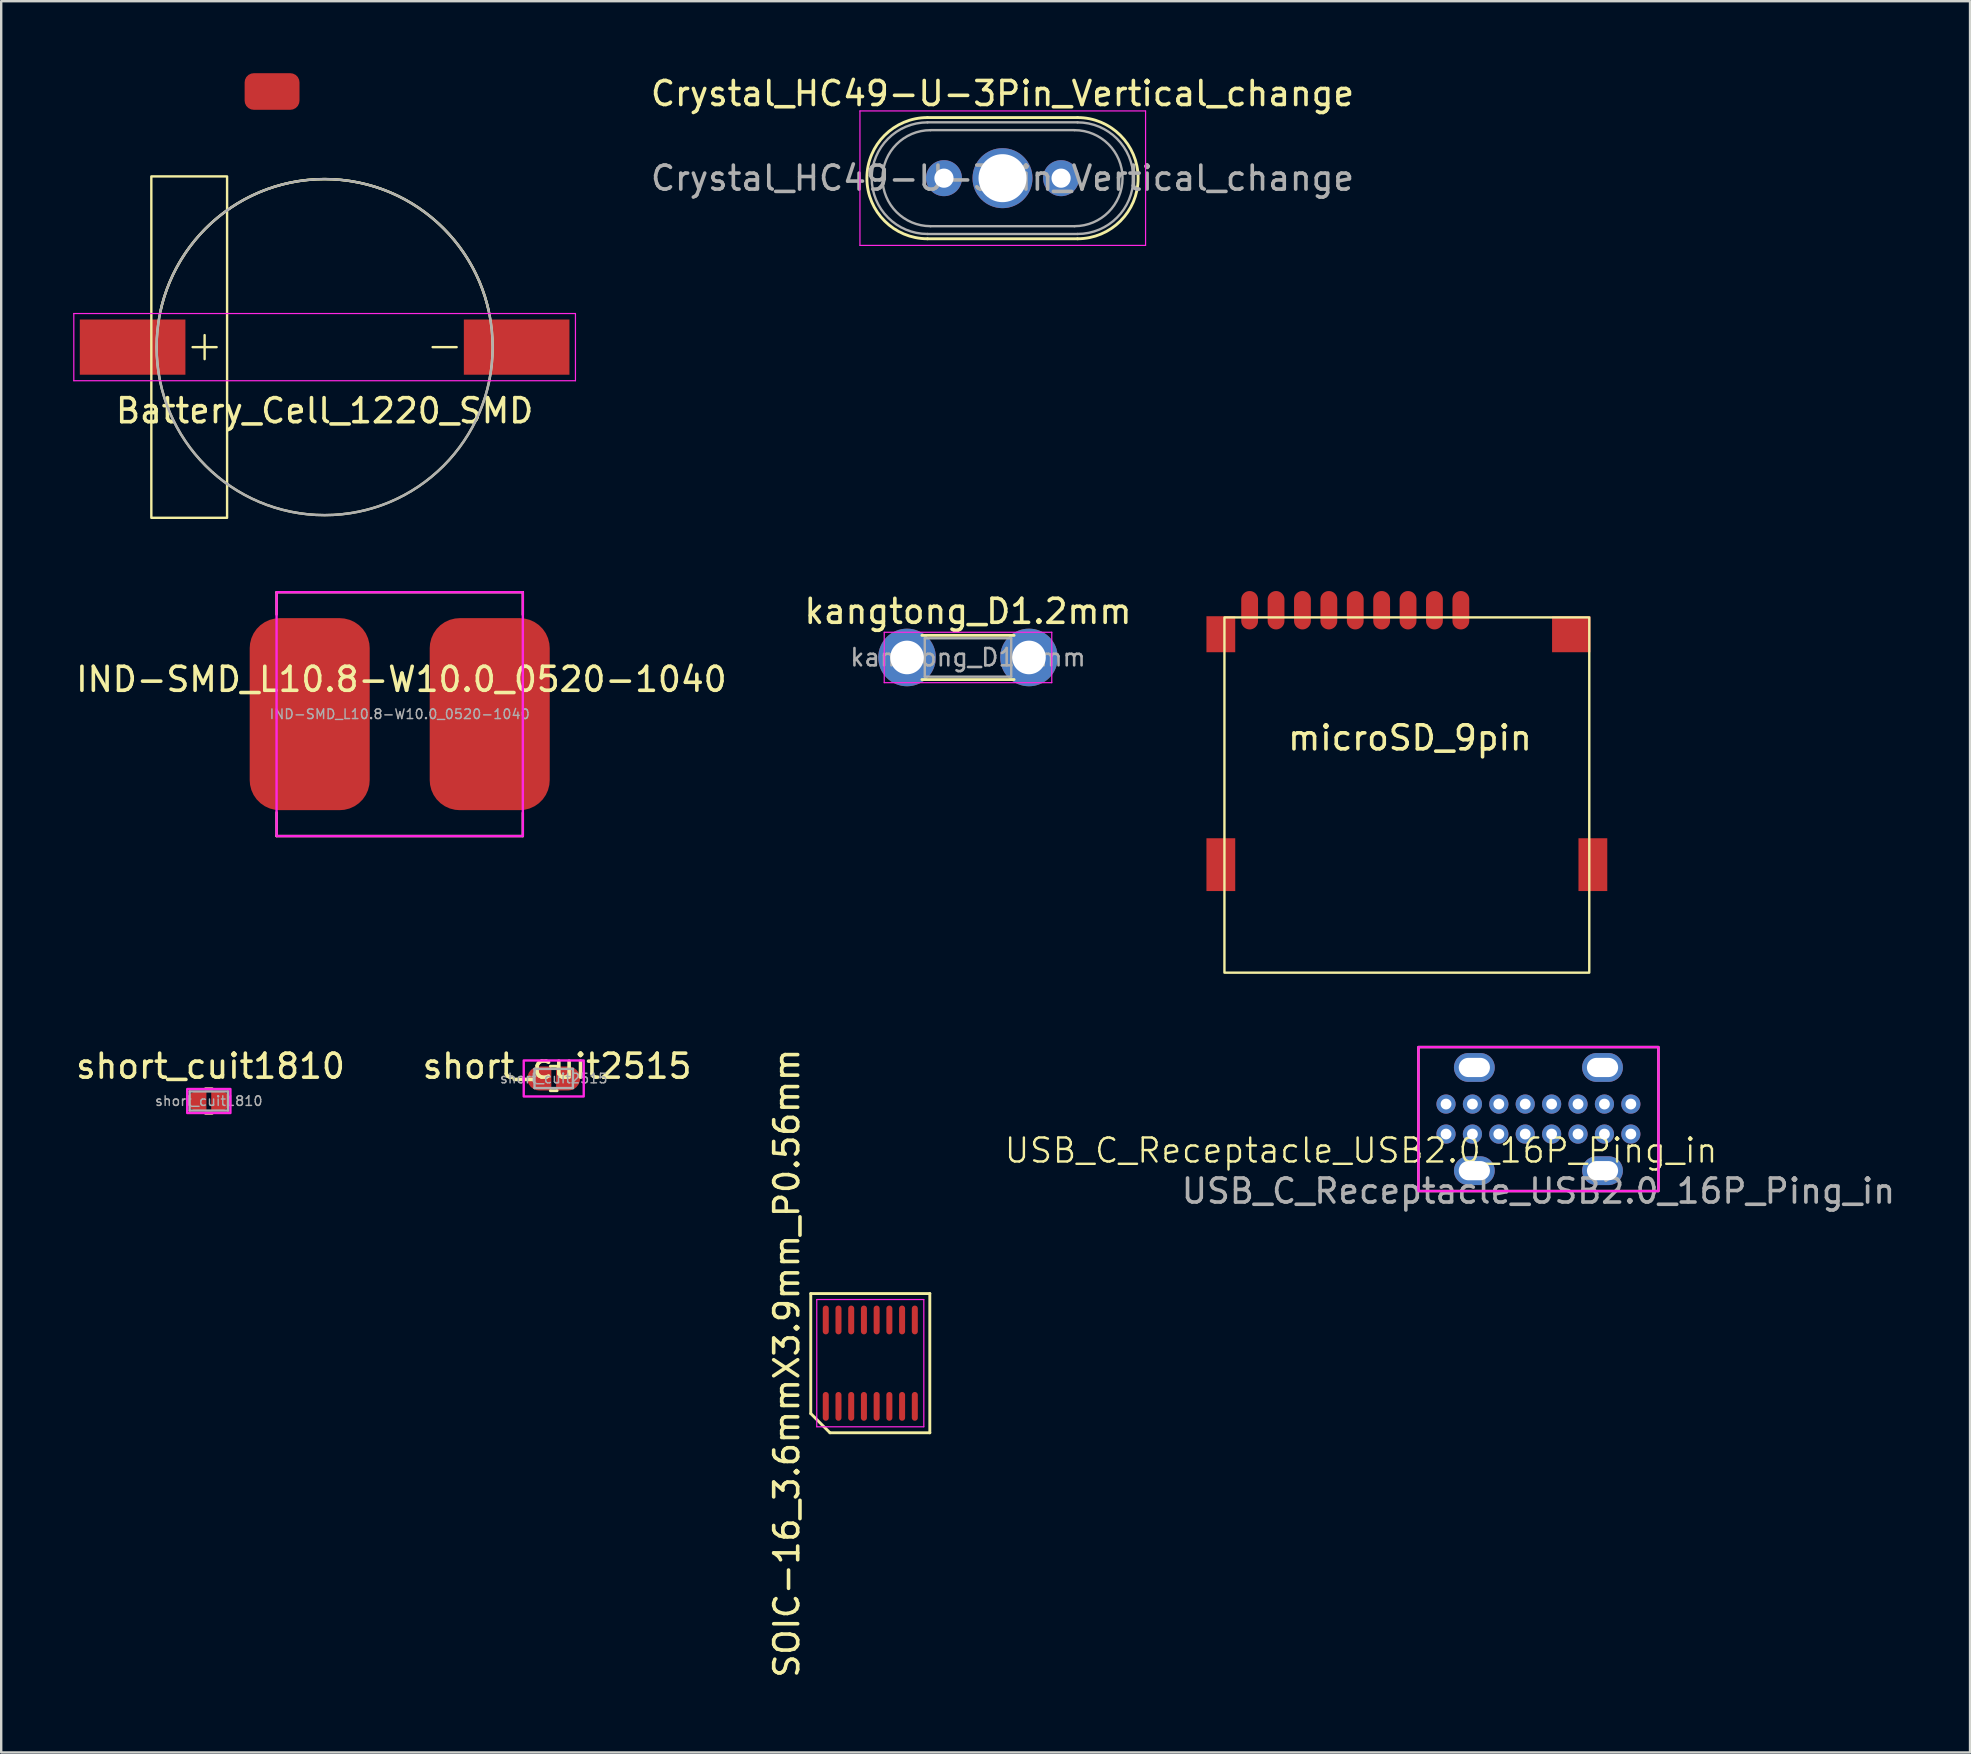
<source format=kicad_pcb>
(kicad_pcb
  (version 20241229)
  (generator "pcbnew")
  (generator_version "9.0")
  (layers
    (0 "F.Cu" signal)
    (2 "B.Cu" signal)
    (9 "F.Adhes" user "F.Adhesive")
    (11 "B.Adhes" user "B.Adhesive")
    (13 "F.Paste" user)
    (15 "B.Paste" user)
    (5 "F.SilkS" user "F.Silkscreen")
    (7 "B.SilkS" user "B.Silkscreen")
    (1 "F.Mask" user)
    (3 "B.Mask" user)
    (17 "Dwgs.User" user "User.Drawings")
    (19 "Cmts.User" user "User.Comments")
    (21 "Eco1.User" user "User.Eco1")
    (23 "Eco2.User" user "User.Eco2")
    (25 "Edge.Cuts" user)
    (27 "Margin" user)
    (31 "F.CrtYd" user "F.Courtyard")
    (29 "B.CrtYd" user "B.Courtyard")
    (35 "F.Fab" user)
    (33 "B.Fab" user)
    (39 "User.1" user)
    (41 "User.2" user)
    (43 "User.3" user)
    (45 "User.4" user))
  (footprint "USB_C_Receptacle_USB2.0_16P_Ping_in"
    (layer "F.Cu")
    (at 61.046 43.574)
    (property "Reference" "USB_C_Receptacle_USB2.0_16P_Ping_in" (at -7.39 1.31 0) (unlocked yes) (layer "F.SilkS") (effects (font (size 1 1) (thickness 0.1))))
    (attr through_hole)
    (fp_rect (start -5 -3) (end 5 3) (stroke (width 0.1) (type default)) (fill no) (layer "F.SilkS"))
    (fp_rect (start -5 -3) (end 5 3) (stroke (width 0.1) (type default)) (fill no) (layer "F.CrtYd"))
    (fp_text user "${REFERENCE}" (at 0 3 0) (unlocked yes) (layer "F.Fab") (effects (font (size 1 1) (thickness 0.15))))
    (pad "A1" thru_hole circle (at -3.85 -0.625) (size 0.8 0.8) (drill 0.45) (layers "*.Cu" "*.Mask"))
    (pad "A4" thru_hole circle (at -2.75 -0.625) (size 0.8 0.8) (drill 0.45) (layers "*.Cu" "*.Mask"))
    (pad "A5" thru_hole circle (at -1.65 -0.625) (size 0.8 0.8) (drill 0.45) (layers "*.Cu" "*.Mask"))
    (pad "A6" thru_hole circle (at -0.55 -0.625) (size 0.8 0.8) (drill 0.45) (layers "*.Cu" "*.Mask"))
    (pad "A7" thru_hole circle (at 0.55 -0.625) (size 0.8 0.8) (drill 0.45) (layers "*.Cu" "*.Mask"))
    (pad "A8" thru_hole circle (at 1.65 -0.625) (size 0.8 0.8) (drill 0.45) (layers "*.Cu" "*.Mask"))
    (pad "A9" thru_hole circle (at 2.75 -0.625) (size 0.8 0.8) (drill 0.45) (layers "*.Cu" "*.Mask"))
    (pad "A12" thru_hole circle (at 3.85 -0.625) (size 0.8 0.8) (drill 0.45) (layers "*.Cu" "*.Mask"))
    (pad "B1" thru_hole circle (at 3.85 0.625) (size 0.8 0.8) (drill 0.45) (layers "*.Cu" "*.Mask"))
    (pad "B4" thru_hole circle (at 2.75 0.625) (size 0.8 0.8) (drill 0.45) (layers "*.Cu" "*.Mask"))
    (pad "B5" thru_hole circle (at 1.65 0.625) (size 0.8 0.8) (drill 0.45) (layers "*.Cu" "*.Mask"))
    (pad "B6" thru_hole circle (at 0.55 0.625) (size 0.8 0.8) (drill 0.45) (layers "*.Cu" "*.Mask"))
    (pad "B7" thru_hole circle (at -0.55 0.625) (size 0.8 0.8) (drill 0.45) (layers "*.Cu" "*.Mask"))
    (pad "B8" thru_hole circle (at -1.65 0.625) (size 0.8 0.8) (drill 0.45) (layers "*.Cu" "*.Mask"))
    (pad "B9" thru_hole circle (at -2.75 0.625) (size 0.8 0.8) (drill 0.45) (layers "*.Cu" "*.Mask"))
    (pad "B12" thru_hole circle (at -3.85 0.625) (size 0.8 0.8) (drill 0.45) (layers "*.Cu" "*.Mask"))
    (pad "S1" thru_hole oval (at -2.67 -2.15) (size 1.7 1.2) (drill oval 1.3 0.8) (layers "*.Cu" "*.Mask"))
    (pad "S1" thru_hole oval (at -2.67 2.15) (size 1.7 1.2) (drill oval 1.3 0.8) (layers "*.Cu" "*.Mask"))
    (pad "S1" thru_hole oval (at 2.67 -2.15) (size 1.7 1.2) (drill oval 1.3 0.8) (layers "*.Cu" "*.Mask"))
    (pad "S1" thru_hole oval (at 2.67 2.15) (size 1.7 1.2) (drill oval 1.3 0.8) (layers "*.Cu" "*.Mask"))
    (zone (net_name "") (layers "F.Cu" "B.Cu") (hatch edge 0.5) (connect_pads) (min_thickness 0.25) (filled_areas_thickness no) (keepout (tracks allowed) (vias allowed) (pads allowed) (copperpour not_allowed) (footprints allowed)) (placement (enabled no)) (fill) (polygon (pts (xy 57.896 42.564) (xy 57.896 44.564) (xy 64.206 44.584) (xy 64.206 42.584)))))
  (footprint "IND-SMD_L10.8-W10.0_0520-1040"
    (layer "F.Cu")
    (at 13.603 26.704)
    (property "Reference" "IND-SMD_L10.8-W10.0_0520-1040" (at 0.07 -1.45 0) (layer "F.SilkS") (effects (font (size 1 1) (thickness 0.15))))
    (attr smd)
    (fp_line (start -5.13 -5.08) (end -5.13 -4.15) (stroke (width 0.1) (type default)) (layer "F.SilkS"))
    (fp_line (start -5.13 -5.08) (end 5.13 -5.08) (stroke (width 0.1) (type default)) (layer "F.SilkS"))
    (fp_line (start -5.13 5.08) (end -5.13 4.09) (stroke (width 0.1) (type default)) (layer "F.SilkS"))
    (fp_line (start -5.13 5.08) (end 5.13 5.08) (stroke (width 0.1) (type default)) (layer "F.SilkS"))
    (fp_line (start 5.13 -5.08) (end 5.13 -4.14) (stroke (width 0.1) (type default)) (layer "F.SilkS"))
    (fp_line (start 5.13 5.08) (end 5.13 4.11) (stroke (width 0.1) (type default)) (layer "F.SilkS"))
    (fp_rect (start -5.13 -5.08) (end 5.13 5.08) (stroke (width 0.1) (type default)) (fill no) (layer "F.CrtYd"))
    (fp_text user "${REFERENCE}" (at 0 0 0) (layer "F.Fab") (effects (font (size 0.4 0.4) (thickness 0.06))))
    (pad "1" smd roundrect (at -3.75 0) (size 5 8) (layers "F.Cu" "F.Mask" "F.Paste") (roundrect_rratio 0.25))
    (pad "2" smd roundrect (at 3.75 0) (size 5 8) (layers "F.Cu" "F.Mask" "F.Paste") (roundrect_rratio 0.25)))
  (footprint "microSD_9pin"
    (layer "F.Cu")
    (at 55.564 27.674)
    (property "Reference" "microSD_9pin" (at 0.13 0.02 0) (layer "F.SilkS") (effects (font (size 1 1) (thickness 0.15))))
    (attr smd)
    (fp_rect (start -7.6 -5) (end 7.6 9.8) (stroke (width 0.1) (type default)) (fill no) (layer "F.SilkS"))
    (pad "1" smd oval (at 2.25 -5.3 180) (size 0.7 1.6) (layers "F.Cu" "F.Mask" "F.Paste"))
    (pad "2" smd oval (at 1.15 -5.3 180) (size 0.7 1.6) (layers "F.Cu" "F.Mask" "F.Paste"))
    (pad "3" smd oval (at 0.05 -5.3 180) (size 0.7 1.6) (layers "F.Cu" "F.Mask" "F.Paste"))
    (pad "4" smd oval (at -1.05 -5.3 180) (size 0.7 1.6) (layers "F.Cu" "F.Mask" "F.Paste"))
    (pad "5" smd oval (at -2.15 -5.3 180) (size 0.7 1.6) (layers "F.Cu" "F.Mask" "F.Paste"))
    (pad "6" smd oval (at -3.25 -5.3 180) (size 0.7 1.6) (layers "F.Cu" "F.Mask" "F.Paste"))
    (pad "7" smd oval (at -4.35 -5.3 180) (size 0.7 1.6) (layers "F.Cu" "F.Mask" "F.Paste"))
    (pad "8" smd oval (at -5.45 -5.3 180) (size 0.7 1.6) (layers "F.Cu" "F.Mask" "F.Paste"))
    (pad "9" smd oval (at -6.55 -5.3 180) (size 0.7 1.6) (layers "F.Cu" "F.Mask" "F.Paste"))
    (pad "10" smd rect (at -7.75 -4.3) (size 1.2 1.5) (layers "F.Cu" "F.Mask" "F.Paste"))
    (pad "10" smd rect (at -7.75 5.3) (size 1.2 2.2) (layers "F.Cu" "F.Mask" "F.Paste"))
    (pad "10" smd rect (at 6.85 -4.3) (size 1.6 1.5) (layers "F.Cu" "F.Mask" "F.Paste"))
    (pad "10" smd rect (at 7.75 5.3) (size 1.2 2.2) (layers "F.Cu" "F.Mask" "F.Paste")))
  (footprint "short_cuit2515"
    (layer "F.Cu")
    (at 20.02 41.882)
    (property "Reference" "short_cuit2515" (at 0.141 -0.51 0) (layer "F.SilkS") (effects (font (size 1 1) (thickness 0.15))))
    (attr smd)
    (fp_line (start -0.141 -0.51) (end 0.141 -0.51) (stroke (width 0.12) (type solid)) (layer "F.SilkS"))
    (fp_line (start -0.141 0.51) (end 0.141 0.51) (stroke (width 0.12) (type solid)) (layer "F.SilkS"))
    (fp_rect (start -1.25 -0.75) (end 1.25 0.75) (stroke (width 0.1) (type default)) (fill no) (layer "F.CrtYd"))
    (fp_line (start -0.8 -0.4) (end 0.8 -0.4) (stroke (width 0.1) (type solid)) (layer "F.Fab"))
    (fp_line (start -0.8 0.4) (end -0.8 -0.4) (stroke (width 0.1) (type solid)) (layer "F.Fab"))
    (fp_line (start 0.8 -0.4) (end 0.8 0.4) (stroke (width 0.1) (type solid)) (layer "F.Fab"))
    (fp_line (start 0.8 0.4) (end -0.8 0.4) (stroke (width 0.1) (type solid)) (layer "F.Fab"))
    (fp_text user "${REFERENCE}" (at 0 0 0) (layer "F.Fab") (effects (font (size 0.4 0.4) (thickness 0.06))))
    (pad "1" smd roundrect (at -0.6 0) (size 1 1) (layers "F.Cu" "F.Mask" "F.Paste") (roundrect_rratio 0.5) (chamfer_ratio 0) (chamfer top_right bottom_right))
    (pad "2" smd roundrect (at 0.6 0) (size 1 1) (layers "F.Cu" "F.Mask" "F.Paste") (roundrect_rratio 0.5) (chamfer_ratio 0) (chamfer top_left bottom_left)))
  (footprint "SOIC-16_3.6mmX3.9mm_P0.56mm"
    (layer "F.Cu")
    (at 33.209 53.744)
    (property "Reference" "SOIC-16_3.6mmX3.9mm_P0.56mm" (at -3.48 0 90) (layer "F.SilkS") (effects (font (size 1 1) (thickness 0.15))))
    (attr smd)
    (fp_line (start -2.48 -2.9) (end 2.48 -2.9) (stroke (width 0.12) (type default)) (layer "F.SilkS"))
    (fp_line (start -2.48 2.1) (end -2.48 -2.9) (stroke (width 0.12) (type default)) (layer "F.SilkS"))
    (fp_line (start -1.68 2.9) (end -2.48 2.1) (stroke (width 0.12) (type default)) (layer "F.SilkS"))
    (fp_line (start 2.48 -2.9) (end 2.48 2.9) (stroke (width 0.12) (type default)) (layer "F.SilkS"))
    (fp_line (start 2.48 2.9) (end -1.68 2.9) (stroke (width 0.12) (type default)) (layer "F.SilkS"))
    (fp_line (start -2.23 -2.65) (end 2.23 -2.65) (stroke (width 0.05) (type default)) (layer "F.CrtYd"))
    (fp_line (start -2.23 2.65) (end -2.23 -2.65) (stroke (width 0.05) (type default)) (layer "F.CrtYd"))
    (fp_line (start 2.23 -2.65) (end 2.23 2.65) (stroke (width 0.05) (type default)) (layer "F.CrtYd"))
    (fp_line (start 2.23 2.65) (end -2.23 2.65) (stroke (width 0.05) (type default)) (layer "F.CrtYd"))
    (pad "1" smd oval (at -1.855 1.8) (size 0.25 1.2) (layers "F.Cu" "F.Mask" "F.Paste"))
    (pad "2" smd oval (at -1.325 1.8) (size 0.25 1.2) (layers "F.Cu" "F.Mask" "F.Paste"))
    (pad "3" smd oval (at -0.795 1.8) (size 0.25 1.2) (layers "F.Cu" "F.Mask" "F.Paste"))
    (pad "4" smd oval (at -0.265 1.8) (size 0.25 1.2) (layers "F.Cu" "F.Mask" "F.Paste"))
    (pad "5" smd oval (at 0.265 1.8) (size 0.25 1.2) (layers "F.Cu" "F.Mask" "F.Paste"))
    (pad "6" smd oval (at 0.795 1.8) (size 0.25 1.2) (layers "F.Cu" "F.Mask" "F.Paste"))
    (pad "7" smd oval (at 1.325 1.8) (size 0.25 1.2) (layers "F.Cu" "F.Mask" "F.Paste"))
    (pad "8" smd oval (at 1.855 1.8) (size 0.25 1.2) (layers "F.Cu" "F.Mask" "F.Paste"))
    (pad "9" smd oval (at 1.855 -1.8) (size 0.25 1.2) (layers "F.Cu" "F.Mask" "F.Paste"))
    (pad "10" smd oval (at 1.325 -1.8) (size 0.25 1.2) (layers "F.Cu" "F.Mask" "F.Paste"))
    (pad "11" smd oval (at 0.795 -1.8) (size 0.25 1.2) (layers "F.Cu" "F.Mask" "F.Paste"))
    (pad "12" smd oval (at 0.265 -1.8) (size 0.25 1.2) (layers "F.Cu" "F.Mask" "F.Paste"))
    (pad "13" smd oval (at -0.265 -1.8) (size 0.25 1.2) (layers "F.Cu" "F.Mask" "F.Paste"))
    (pad "14" smd oval (at -0.795 -1.8) (size 0.25 1.2) (layers "F.Cu" "F.Mask" "F.Paste"))
    (pad "15" smd oval (at -1.325 -1.8) (size 0.25 1.2) (layers "F.Cu" "F.Mask" "F.Paste"))
    (pad "16" smd oval (at -1.855 -1.8) (size 0.25 1.2) (layers "F.Cu" "F.Mask" "F.Paste")))
  (footprint "kangtong_D1.2mm"
    (layer "F.Cu")
    (at 34.74 24.342)
    (property "Reference" "kangtong_D1.2mm" (at 2.54 -1.92 0) (layer "F.SilkS") (effects (font (size 1 1) (thickness 0.15))))
    (attr through_hole)
    (fp_line (start 0.62 -0.92) (end 4.46 -0.92) (stroke (width 0.12) (type solid)) (layer "F.SilkS"))
    (fp_line (start 0.62 0.92) (end 4.46 0.92) (stroke (width 0.12) (type solid)) (layer "F.SilkS"))
    (fp_line (start -0.95 -1.05) (end -0.95 1.05) (stroke (width 0.05) (type solid)) (layer "F.CrtYd"))
    (fp_line (start -0.95 1.05) (end 6.03 1.05) (stroke (width 0.05) (type solid)) (layer "F.CrtYd"))
    (fp_line (start 6.03 -1.05) (end -0.95 -1.05) (stroke (width 0.05) (type solid)) (layer "F.CrtYd"))
    (fp_line (start 6.03 1.05) (end 6.03 -1.05) (stroke (width 0.05) (type solid)) (layer "F.CrtYd"))
    (fp_line (start 0 0) (end 0.74 0) (stroke (width 0.1) (type solid)) (layer "F.Fab"))
    (fp_line (start 0.74 -0.8) (end 0.74 0.8) (stroke (width 0.1) (type solid)) (layer "F.Fab"))
    (fp_line (start 0.74 0.8) (end 4.34 0.8) (stroke (width 0.1) (type solid)) (layer "F.Fab"))
    (fp_line (start 4.34 -0.8) (end 0.74 -0.8) (stroke (width 0.1) (type solid)) (layer "F.Fab"))
    (fp_line (start 4.34 0.8) (end 4.34 -0.8) (stroke (width 0.1) (type solid)) (layer "F.Fab"))
    (fp_line (start 5.08 0) (end 4.34 0) (stroke (width 0.1) (type solid)) (layer "F.Fab"))
    (fp_text user "${REFERENCE}" (at 2.54 0 0) (layer "F.Fab") (effects (font (size 0.72 0.72) (thickness 0.108))))
    (pad "1" thru_hole circle (at 0 0) (size 2.4 2.4) (drill 1.4) (layers "*.Cu" "*.Mask"))
    (pad "2" thru_hole circle (at 5.08 0) (size 2.4 2.4) (drill 1.4) (layers "*.Cu" "*.Mask")))
  (footprint "Crystal_HC49-U-3Pin_Vertical_change"
    (layer "F.Cu")
    (at 36.278 4.373)
    (property "Reference" "Crystal_HC49-U-3Pin_Vertical_change" (at 2.44 -3.525 0) (layer "F.SilkS") (effects (font (size 1 1) (thickness 0.15))))
    (attr through_hole)
    (fp_line (start -0.685 -2.525) (end 5.565 -2.525) (stroke (width 0.12) (type solid)) (layer "F.SilkS"))
    (fp_line (start -0.685 2.525) (end 5.565 2.525) (stroke (width 0.12) (type solid)) (layer "F.SilkS"))
    (fp_arc (start -0.685 2.525) (mid -3.21 0) (end -0.685 -2.525) (stroke (width 0.12) (type solid)) (layer "F.SilkS"))
    (fp_arc (start 5.565 -2.525) (mid 8.09 0) (end 5.565 2.525) (stroke (width 0.12) (type solid)) (layer "F.SilkS"))
    (fp_line (start -3.5 -2.8) (end -3.5 2.8) (stroke (width 0.05) (type solid)) (layer "F.CrtYd"))
    (fp_line (start -3.5 2.8) (end 8.4 2.8) (stroke (width 0.05) (type solid)) (layer "F.CrtYd"))
    (fp_line (start 8.4 -2.8) (end -3.5 -2.8) (stroke (width 0.05) (type solid)) (layer "F.CrtYd"))
    (fp_line (start 8.4 2.8) (end 8.4 -2.8) (stroke (width 0.05) (type solid)) (layer "F.CrtYd"))
    (fp_line (start -0.685 -2.325) (end 5.565 -2.325) (stroke (width 0.1) (type solid)) (layer "F.Fab"))
    (fp_line (start -0.685 2.325) (end 5.565 2.325) (stroke (width 0.1) (type solid)) (layer "F.Fab"))
    (fp_line (start -0.56 -2) (end 5.44 -2) (stroke (width 0.1) (type solid)) (layer "F.Fab"))
    (fp_line (start -0.56 2) (end 5.44 2) (stroke (width 0.1) (type solid)) (layer "F.Fab"))
    (fp_arc (start -0.685 2.325) (mid -3.01 0) (end -0.685 -2.325) (stroke (width 0.1) (type solid)) (layer "F.Fab"))
    (fp_arc (start -0.56 2) (mid -2.56 0) (end -0.56 -2) (stroke (width 0.1) (type solid)) (layer "F.Fab"))
    (fp_arc (start 5.44 -2) (mid 7.44 0) (end 5.44 2) (stroke (width 0.1) (type solid)) (layer "F.Fab"))
    (fp_arc (start 5.565 -2.325) (mid 7.89 0) (end 5.565 2.325) (stroke (width 0.1) (type solid)) (layer "F.Fab"))
    (fp_text user "${REFERENCE}" (at 2.44 0 0) (layer "F.Fab") (effects (font (size 1 1) (thickness 0.15))))
    (pad "1" thru_hole circle (at 0 0) (size 1.5 1.5) (drill 0.8) (layers "*.Cu" "*.Mask"))
    (pad "2" thru_hole circle (at 2.44 0) (size 2.5 2.5) (drill 2) (layers "*.Cu" "*.Mask"))
    (pad "3" thru_hole circle (at 4.88 0) (size 1.5 1.5) (drill 0.8) (layers "*.Cu" "*.Mask")))
  (footprint "Battery_Cell_1220_SMD"
    (layer "F.Cu")
    (at 10.475 11.412)
    (property "Reference" "Battery_Cell_1220_SMD" (at 0 2.65 0) (layer "F.SilkS") (effects (font (size 1 1) (thickness 0.15))))
    (attr smd)
    (fp_line (start -5.5 0) (end -4.5 0) (stroke (width 0.1) (type default)) (layer "F.SilkS"))
    (fp_line (start -5 -0.5) (end -5 0.5) (stroke (width 0.1) (type default)) (layer "F.SilkS"))
    (fp_line (start 4.5 0) (end 5.5 0) (stroke (width 0.1) (type default)) (layer "F.SilkS"))
    (fp_rect (start -7.22 -7.112) (end -4.064 7.112) (stroke (width 0.1) (type default)) (fill no) (layer "F.SilkS"))
    (fp_arc (start -6.83 -1.54) (mid -0.001102 -7.001464) (end 6.829515 -1.542149) (stroke (width 0.1) (type default)) (layer "F.SilkS"))
    (fp_circle (center 0 0) (end 7 0) (stroke (width 0.1) (type default)) (fill no) (layer "F.SilkS"))
    (fp_line (start -10.45 -1.4) (end 10.45 -1.4) (stroke (width 0.05) (type default)) (layer "F.CrtYd"))
    (fp_line (start -10.45 1.4) (end -10.45 -1.4) (stroke (width 0.05) (type default)) (layer "F.CrtYd"))
    (fp_line (start 10.45 -1.4) (end 10.45 1.4) (stroke (width 0.05) (type default)) (layer "F.CrtYd"))
    (fp_line (start 10.45 1.4) (end -10.45 1.4) (stroke (width 0.05) (type default)) (layer "F.CrtYd"))
    (fp_circle (center 0 0) (end 7 0) (stroke (width 0.1) (type default)) (fill no) (layer "F.Fab"))
    (pad "1" smd rect (at -8 0) (size 4.4 2.3) (layers "F.Cu" "F.Mask" "F.Paste"))
    (pad "2" smd rect (at 8 0) (size 4.4 2.3) (layers "F.Cu" "F.Mask" "F.Paste"))
    (pad "3" smd roundrect (at -2.19 -10.65) (size 2.286 1.524) (layers "F.Cu" "F.Mask" "F.Paste") (roundrect_rratio 0.25)))
  (footprint "short_cuit1810"
    (layer "F.Cu")
    (at 5.65 42.822)
    (property "Reference" "short_cuit1810" (at 0.07 -1.45 0) (layer "F.SilkS") (effects (font (size 1 1) (thickness 0.15))))
    (attr smd)
    (fp_line (start -0.141 -0.51) (end 0.141 -0.51) (stroke (width 0.12) (type solid)) (layer "F.SilkS"))
    (fp_line (start -0.141 0.51) (end 0.141 0.51) (stroke (width 0.12) (type solid)) (layer "F.SilkS"))
    (fp_rect (start -0.9 -0.5) (end 0.9 0.5) (stroke (width 0.1) (type default)) (fill no) (layer "F.CrtYd"))
    (fp_line (start -0.8 -0.4) (end 0.8 -0.4) (stroke (width 0.1) (type solid)) (layer "F.Fab"))
    (fp_line (start -0.8 0.4) (end -0.8 -0.4) (stroke (width 0.1) (type solid)) (layer "F.Fab"))
    (fp_line (start 0.8 -0.4) (end 0.8 0.4) (stroke (width 0.1) (type solid)) (layer "F.Fab"))
    (fp_line (start 0.8 0.4) (end -0.8 0.4) (stroke (width 0.1) (type solid)) (layer "F.Fab"))
    (fp_text user "${REFERENCE}" (at 0 0 0) (layer "F.Fab") (effects (font (size 0.4 0.4) (thickness 0.06))))
    (pad "1" smd roundrect (at -0.5 0) (size 0.8 0.8) (layers "F.Cu" "F.Mask" "F.Paste") (roundrect_rratio 0.5) (chamfer_ratio 0) (chamfer top_right bottom_right))
    (pad "2" smd roundrect (at 0.5 0) (size 0.8 0.8) (layers "F.Cu" "F.Mask" "F.Paste") (roundrect_rratio 0.5) (chamfer_ratio 0) (chamfer top_left bottom_left)))
  (gr_rect
    (start -3 -3)
    (end 79.028 69.964)
    (stroke (width 0.1) (type default))
    (fill no)
    (layer "Edge.Cuts")))
</source>
